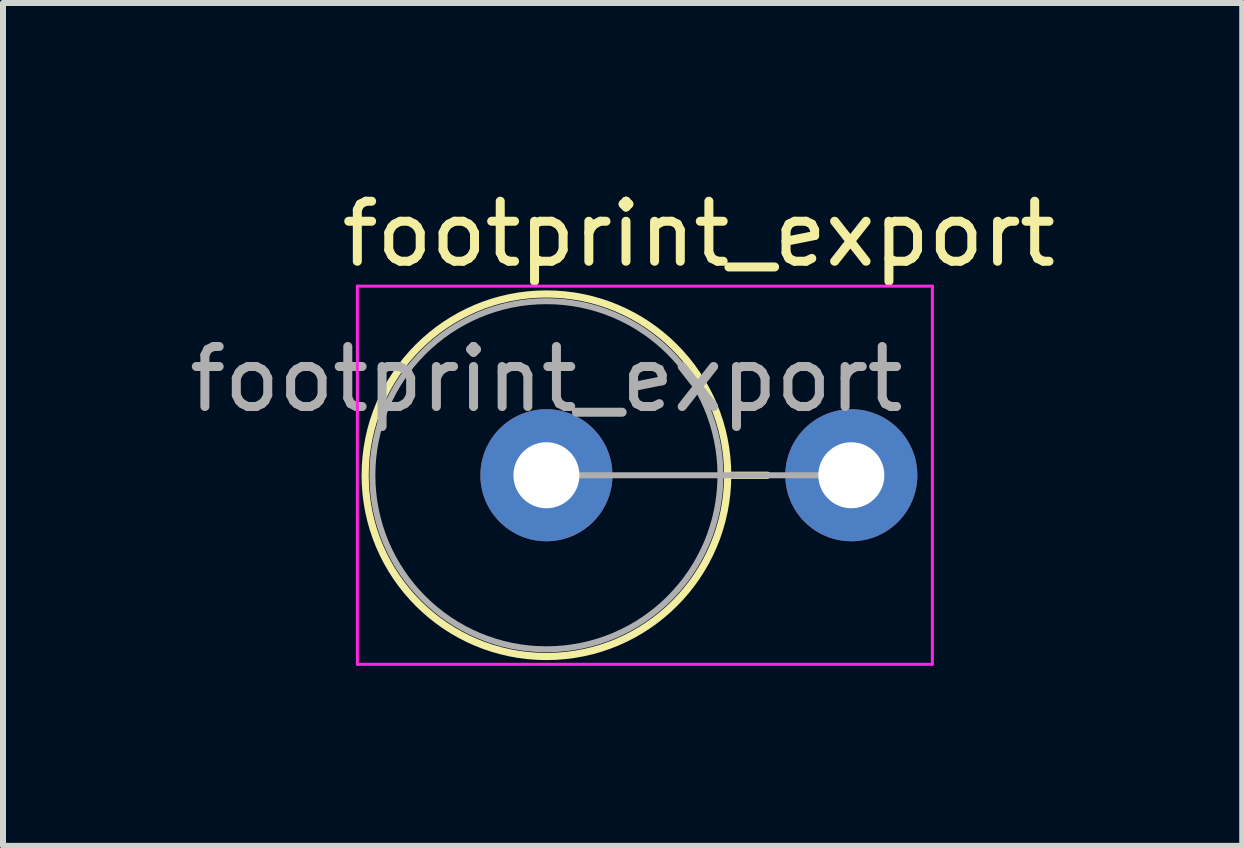
<source format=kicad_pcb>
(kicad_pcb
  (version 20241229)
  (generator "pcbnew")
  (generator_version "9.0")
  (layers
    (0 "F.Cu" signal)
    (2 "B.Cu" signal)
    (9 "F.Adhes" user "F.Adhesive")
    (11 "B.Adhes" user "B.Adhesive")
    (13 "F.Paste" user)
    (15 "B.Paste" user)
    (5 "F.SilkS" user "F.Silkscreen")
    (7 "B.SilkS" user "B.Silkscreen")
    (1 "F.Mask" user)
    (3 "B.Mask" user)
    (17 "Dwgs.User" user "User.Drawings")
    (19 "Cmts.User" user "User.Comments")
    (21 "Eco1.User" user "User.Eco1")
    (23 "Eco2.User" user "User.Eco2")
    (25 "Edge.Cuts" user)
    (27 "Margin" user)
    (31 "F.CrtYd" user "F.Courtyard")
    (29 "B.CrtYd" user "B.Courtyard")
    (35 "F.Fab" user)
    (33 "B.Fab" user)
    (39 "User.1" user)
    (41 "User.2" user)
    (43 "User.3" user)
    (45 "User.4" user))
  (footprint "footprint_export"
    (layer "F.Cu")
    (at 6.054 4.868)
    (property "Reference" "footprint_export" (at 2.54 -4.02 0) (layer "F.SilkS") (effects (font (size 1 1) (thickness 0.15))))
    (attr through_hole)
    (fp_line (start 3.02 0) (end 3.68 0) (stroke (width 0.12) (type solid)) (layer "F.SilkS"))
    (fp_circle (center 0 0) (end 3.02 0) (stroke (width 0.12) (type solid)) (fill no) (layer "F.SilkS"))
    (fp_line (start -3.15 -3.15) (end -3.15 3.15) (stroke (width 0.05) (type solid)) (layer "F.CrtYd"))
    (fp_line (start -3.15 3.15) (end 6.43 3.15) (stroke (width 0.05) (type solid)) (layer "F.CrtYd"))
    (fp_line (start 6.43 -3.15) (end -3.15 -3.15) (stroke (width 0.05) (type solid)) (layer "F.CrtYd"))
    (fp_line (start 6.43 3.15) (end 6.43 -3.15) (stroke (width 0.05) (type solid)) (layer "F.CrtYd"))
    (fp_line (start 0 0) (end 5.08 0) (stroke (width 0.1) (type solid)) (layer "F.Fab"))
    (fp_circle (center 0 0) (end 2.9 0) (stroke (width 0.1) (type solid)) (fill no) (layer "F.Fab"))
    (fp_text user "${REFERENCE}" (at 0 -1.6 0) (layer "F.Fab") (effects (font (size 1 1) (thickness 0.15))))
    (pad "1" thru_hole circle (at 0 0) (size 2.2 2.2) (drill 1.1) (layers "*.Cu" "*.Mask"))
    (pad "2" thru_hole oval (at 5.08 0) (size 2.2 2.2) (drill 1.1) (layers "*.Cu" "*.Mask")))
  (gr_rect
    (start -3 -3)
    (end 17.647 11.043)
    (stroke (width 0.1) (type default))
    (fill no)
    (layer "Edge.Cuts")))
</source>
